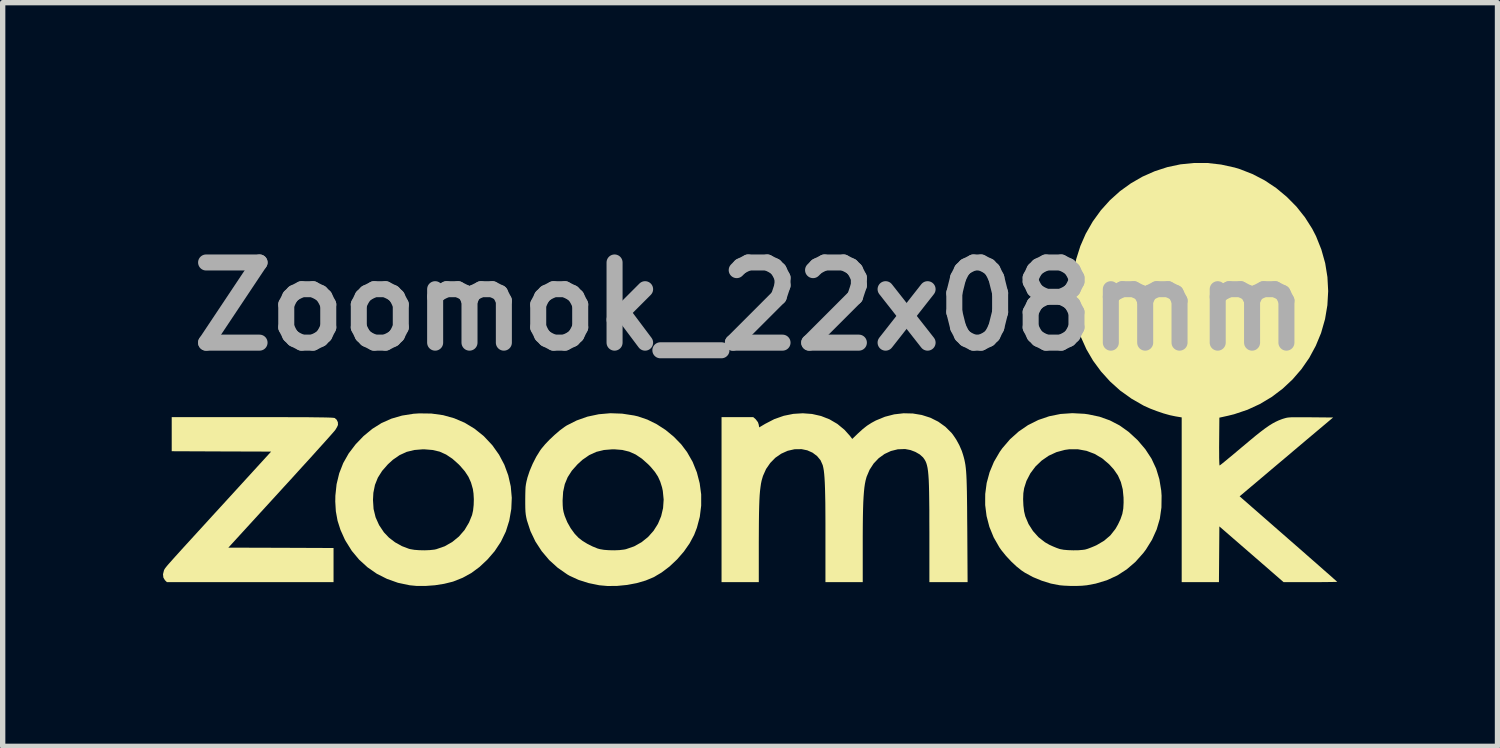
<source format=kicad_pcb>
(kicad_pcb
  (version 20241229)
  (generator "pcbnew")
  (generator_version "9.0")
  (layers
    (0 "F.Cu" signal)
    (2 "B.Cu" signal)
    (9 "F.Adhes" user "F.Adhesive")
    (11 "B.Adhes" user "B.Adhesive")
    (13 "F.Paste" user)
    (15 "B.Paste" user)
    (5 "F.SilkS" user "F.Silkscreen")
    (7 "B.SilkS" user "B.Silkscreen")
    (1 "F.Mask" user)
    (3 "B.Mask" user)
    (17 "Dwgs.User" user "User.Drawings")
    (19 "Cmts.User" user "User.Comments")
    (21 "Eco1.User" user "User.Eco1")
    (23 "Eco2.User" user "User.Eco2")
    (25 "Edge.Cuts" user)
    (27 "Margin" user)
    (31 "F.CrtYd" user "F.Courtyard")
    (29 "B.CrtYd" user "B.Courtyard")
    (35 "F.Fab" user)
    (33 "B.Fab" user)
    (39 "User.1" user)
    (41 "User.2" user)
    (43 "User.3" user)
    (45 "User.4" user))
  (footprint "Zoomok_22x08mm"
    (layer "F.Cu")
    (at 10.985 3.953)
    (property "Reference" "Zoomok_22x08mm" (at 0 -1.27 0) (layer "F.Fab") (effects (font (size 1.5 1.5) (thickness 0.3))))
    (attr board_only exclude_from_pos_files exclude_from_bom)
    (fp_poly (pts (xy -9.048 0.802) (xy -8.809 0.802) (xy -8.597 0.803) (xy -8.412 0.803) (xy -8.253 0.804) (xy -8.118 0.806) (xy -8.007 0.807) (xy -7.919 0.809) (xy -7.852 0.811) (xy -7.806 0.814) (xy -7.78 0.817) (xy -7.773 0.818) (xy -7.736 0.85) (xy -7.713 0.897) (xy -7.711 0.946) (xy -7.713 0.953) (xy -7.728 0.986) (xy -7.753 1.029) (xy -7.765 1.047) (xy -7.781 1.066) (xy -7.815 1.105) (xy -7.867 1.164) (xy -7.934 1.239) (xy -8.016 1.33) (xy -8.11 1.434) (xy -8.216 1.552) (xy -8.332 1.679) (xy -8.457 1.816) (xy -8.588 1.961) (xy -8.726 2.111) (xy -8.784 2.175) (xy -9.762 3.244) (xy -8.778 3.247) (xy -7.794 3.251) (xy -7.794 3.57) (xy -7.794 3.889) (xy -9.353 3.889) (xy -10.913 3.889) (xy -10.949 3.853) (xy -10.978 3.804) (xy -10.985 3.742) (xy -10.968 3.673) (xy -10.963 3.66) (xy -10.959 3.652) (xy -10.954 3.644) (xy -10.948 3.634) (xy -10.938 3.621) (xy -10.925 3.604) (xy -10.907 3.582) (xy -10.883 3.554) (xy -10.851 3.518) (xy -10.811 3.473) (xy -10.762 3.418) (xy -10.702 3.352) (xy -10.631 3.273) (xy -10.546 3.18) (xy -10.448 3.073) (xy -10.335 2.949) (xy -10.206 2.808) (xy -10.06 2.648) (xy -9.896 2.469) (xy -9.777 2.339) (xy -8.962 1.447) (xy -9.892 1.444) (xy -10.822 1.44) (xy -10.822 1.121) (xy -10.822 0.802) (xy -9.316 0.802)) (stroke (width 0) (type solid)) (fill yes) (layer "F.SilkS"))
    (fp_poly (pts (xy -5.963 0.735) (xy -5.745 0.765) (xy -5.537 0.823) (xy -5.34 0.907) (xy -5.157 1.018) (xy -4.987 1.154) (xy -4.973 1.168) (xy -4.823 1.328) (xy -4.698 1.504) (xy -4.598 1.693) (xy -4.525 1.892) (xy -4.478 2.098) (xy -4.459 2.311) (xy -4.468 2.521) (xy -4.506 2.738) (xy -4.57 2.942) (xy -4.662 3.133) (xy -4.78 3.311) (xy -4.912 3.464) (xy -5.062 3.605) (xy -5.216 3.719) (xy -5.378 3.808) (xy -5.551 3.877) (xy -5.567 3.882) (xy -5.725 3.921) (xy -5.897 3.948) (xy -6.074 3.961) (xy -6.245 3.96) (xy -6.37 3.948) (xy -6.588 3.902) (xy -6.793 3.829) (xy -6.984 3.733) (xy -7.158 3.612) (xy -7.315 3.469) (xy -7.452 3.305) (xy -7.567 3.121) (xy -7.585 3.088) (xy -7.664 2.912) (xy -7.719 2.74) (xy -7.751 2.564) (xy -7.762 2.376) (xy -7.761 2.353) (xy -7.056 2.353) (xy -7.045 2.521) (xy -7.007 2.677) (xy -6.942 2.822) (xy -6.851 2.958) (xy -6.757 3.057) (xy -6.642 3.145) (xy -6.514 3.216) (xy -6.382 3.266) (xy -6.358 3.272) (xy -6.282 3.285) (xy -6.189 3.292) (xy -6.088 3.294) (xy -5.991 3.29) (xy -5.907 3.281) (xy -5.871 3.273) (xy -5.715 3.219) (xy -5.574 3.139) (xy -5.449 3.037) (xy -5.343 2.915) (xy -5.259 2.774) (xy -5.202 2.634) (xy -5.183 2.549) (xy -5.172 2.446) (xy -5.169 2.337) (xy -5.175 2.231) (xy -5.187 2.147) (xy -5.222 2.025) (xy -5.27 1.918) (xy -5.337 1.816) (xy -5.425 1.714) (xy -5.454 1.684) (xy -5.571 1.58) (xy -5.688 1.502) (xy -5.808 1.448) (xy -5.939 1.417) (xy -6.086 1.405) (xy -6.124 1.404) (xy -6.282 1.417) (xy -6.425 1.452) (xy -6.558 1.513) (xy -6.684 1.6) (xy -6.777 1.685) (xy -6.885 1.808) (xy -6.965 1.935) (xy -7.019 2.07) (xy -7.049 2.219) (xy -7.056 2.353) (xy -7.761 2.353) (xy -7.76 2.273) (xy -7.737 2.057) (xy -7.688 1.854) (xy -7.613 1.662) (xy -7.511 1.482) (xy -7.38 1.31) (xy -7.234 1.158) (xy -7.071 1.023) (xy -6.898 0.914) (xy -6.712 0.831) (xy -6.512 0.773) (xy -6.297 0.739) (xy -6.19 0.732)) (stroke (width 0) (type solid)) (fill yes) (layer "F.SilkS"))
    (fp_poly (pts (xy 6.258 0.74) (xy 6.329 0.75) (xy 6.538 0.794) (xy 6.732 0.863) (xy 6.913 0.957) (xy 7.083 1.078) (xy 7.245 1.227) (xy 7.253 1.235) (xy 7.396 1.403) (xy 7.511 1.579) (xy 7.598 1.765) (xy 7.658 1.963) (xy 7.693 2.175) (xy 7.7 2.272) (xy 7.697 2.493) (xy 7.667 2.703) (xy 7.608 2.903) (xy 7.521 3.096) (xy 7.406 3.281) (xy 7.356 3.347) (xy 7.21 3.511) (xy 7.048 3.65) (xy 6.87 3.765) (xy 6.676 3.854) (xy 6.467 3.917) (xy 6.302 3.948) (xy 6.209 3.957) (xy 6.099 3.961) (xy 5.982 3.96) (xy 5.872 3.955) (xy 5.794 3.948) (xy 5.628 3.916) (xy 5.458 3.863) (xy 5.293 3.795) (xy 5.142 3.713) (xy 5.079 3.671) (xy 4.985 3.596) (xy 4.885 3.502) (xy 4.789 3.399) (xy 4.704 3.294) (xy 4.665 3.239) (xy 4.558 3.052) (xy 4.478 2.856) (xy 4.425 2.653) (xy 4.399 2.447) (xy 4.399 2.338) (xy 5.109 2.338) (xy 5.114 2.455) (xy 5.127 2.565) (xy 5.149 2.657) (xy 5.21 2.802) (xy 5.294 2.934) (xy 5.397 3.049) (xy 5.517 3.143) (xy 5.601 3.191) (xy 5.667 3.221) (xy 5.735 3.249) (xy 5.792 3.269) (xy 5.804 3.272) (xy 5.869 3.284) (xy 5.953 3.291) (xy 6.047 3.294) (xy 6.14 3.293) (xy 6.223 3.286) (xy 6.268 3.28) (xy 6.316 3.266) (xy 6.38 3.242) (xy 6.45 3.213) (xy 6.485 3.197) (xy 6.624 3.115) (xy 6.741 3.015) (xy 6.837 2.893) (xy 6.884 2.811) (xy 6.932 2.709) (xy 6.965 2.613) (xy 6.983 2.514) (xy 6.989 2.403) (xy 6.988 2.308) (xy 6.973 2.153) (xy 6.938 2.017) (xy 6.883 1.893) (xy 6.803 1.777) (xy 6.718 1.684) (xy 6.589 1.574) (xy 6.447 1.49) (xy 6.296 1.433) (xy 6.138 1.404) (xy 5.975 1.403) (xy 5.889 1.415) (xy 5.733 1.457) (xy 5.588 1.524) (xy 5.456 1.615) (xy 5.34 1.726) (xy 5.245 1.853) (xy 5.171 1.996) (xy 5.128 2.131) (xy 5.113 2.226) (xy 5.109 2.338) (xy 4.399 2.338) (xy 4.4 2.239) (xy 4.427 2.034) (xy 4.482 1.832) (xy 4.563 1.638) (xy 4.671 1.453) (xy 4.719 1.385) (xy 4.864 1.216) (xy 5.026 1.071) (xy 5.203 0.95) (xy 5.394 0.855) (xy 5.596 0.786) (xy 5.809 0.743) (xy 6.03 0.728)) (stroke (width 0) (type solid)) (fill yes) (layer "F.SilkS"))
    (fp_poly (pts (xy -2.393 0.737) (xy -2.172 0.771) (xy -2.098 0.788) (xy -1.922 0.848) (xy -1.748 0.934) (xy -1.581 1.042) (xy -1.426 1.17) (xy -1.288 1.312) (xy -1.18 1.455) (xy -1.075 1.639) (xy -0.996 1.835) (xy -0.943 2.039) (xy -0.915 2.248) (xy -0.915 2.459) (xy -0.941 2.668) (xy -0.995 2.872) (xy -1.047 3.006) (xy -1.131 3.163) (xy -1.239 3.318) (xy -1.366 3.464) (xy -1.507 3.597) (xy -1.658 3.711) (xy -1.804 3.797) (xy -1.953 3.859) (xy -2.121 3.908) (xy -2.301 3.942) (xy -2.486 3.96) (xy -2.667 3.962) (xy -2.822 3.948) (xy -3.022 3.907) (xy -3.208 3.848) (xy -3.376 3.771) (xy -3.421 3.745) (xy -3.599 3.621) (xy -3.759 3.476) (xy -3.899 3.31) (xy -4.017 3.129) (xy -4.11 2.934) (xy -4.176 2.732) (xy -4.188 2.678) (xy -4.197 2.627) (xy -4.203 2.57) (xy -4.206 2.502) (xy -4.207 2.416) (xy -4.207 2.36) (xy -3.508 2.36) (xy -3.508 2.368) (xy -3.506 2.452) (xy -3.501 2.518) (xy -3.49 2.577) (xy -3.472 2.64) (xy -3.468 2.652) (xy -3.421 2.767) (xy -3.357 2.881) (xy -3.282 2.984) (xy -3.21 3.06) (xy -3.136 3.117) (xy -3.045 3.173) (xy -2.947 3.222) (xy -2.854 3.26) (xy -2.811 3.272) (xy -2.735 3.285) (xy -2.641 3.292) (xy -2.54 3.294) (xy -2.443 3.29) (xy -2.358 3.28) (xy -2.323 3.273) (xy -2.169 3.22) (xy -2.03 3.142) (xy -1.909 3.045) (xy -1.806 2.929) (xy -1.724 2.799) (xy -1.664 2.656) (xy -1.628 2.504) (xy -1.617 2.345) (xy -1.633 2.183) (xy -1.647 2.117) (xy -1.681 2.009) (xy -1.723 1.916) (xy -1.78 1.828) (xy -1.855 1.738) (xy -1.907 1.684) (xy -2.024 1.58) (xy -2.14 1.502) (xy -2.261 1.448) (xy -2.392 1.416) (xy -2.54 1.404) (xy -2.576 1.404) (xy -2.734 1.417) (xy -2.877 1.452) (xy -3.01 1.513) (xy -3.136 1.6) (xy -3.229 1.685) (xy -3.335 1.804) (xy -3.413 1.926) (xy -3.467 2.056) (xy -3.498 2.199) (xy -3.508 2.36) (xy -4.207 2.36) (xy -4.207 2.346) (xy -4.206 2.247) (xy -4.204 2.171) (xy -4.201 2.11) (xy -4.194 2.058) (xy -4.184 2.007) (xy -4.17 1.951) (xy -4.167 1.937) (xy -4.125 1.81) (xy -4.068 1.675) (xy -4.002 1.545) (xy -3.93 1.429) (xy -3.905 1.394) (xy -3.835 1.31) (xy -3.75 1.221) (xy -3.656 1.133) (xy -3.562 1.052) (xy -3.473 0.986) (xy -3.432 0.959) (xy -3.244 0.864) (xy -3.043 0.793) (xy -2.831 0.748) (xy -2.614 0.729)) (stroke (width 0) (type solid)) (fill yes) (layer "F.SilkS"))
    (fp_poly (pts (xy 1.16 0.743) (xy 1.328 0.781) (xy 1.486 0.843) (xy 1.633 0.929) (xy 1.765 1.038) (xy 1.866 1.15) (xy 1.912 1.21) (xy 2.021 1.105) (xy 2.109 1.025) (xy 2.189 0.962) (xy 2.272 0.909) (xy 2.353 0.865) (xy 2.523 0.795) (xy 2.697 0.75) (xy 2.872 0.73) (xy 3.045 0.734) (xy 3.213 0.762) (xy 3.373 0.813) (xy 3.521 0.887) (xy 3.655 0.983) (xy 3.772 1.1) (xy 3.796 1.131) (xy 3.857 1.221) (xy 3.915 1.327) (xy 3.962 1.435) (xy 3.984 1.503) (xy 3.998 1.551) (xy 4.01 1.598) (xy 4.02 1.646) (xy 4.029 1.696) (xy 4.036 1.752) (xy 4.042 1.815) (xy 4.047 1.889) (xy 4.051 1.975) (xy 4.054 2.077) (xy 4.057 2.196) (xy 4.059 2.335) (xy 4.061 2.497) (xy 4.062 2.684) (xy 4.064 2.884) (xy 4.07 3.889) (xy 3.713 3.889) (xy 3.355 3.889) (xy 3.355 2.958) (xy 3.354 2.733) (xy 3.354 2.536) (xy 3.352 2.364) (xy 3.35 2.216) (xy 3.347 2.089) (xy 3.343 1.982) (xy 3.337 1.891) (xy 3.33 1.816) (xy 3.321 1.754) (xy 3.31 1.703) (xy 3.297 1.66) (xy 3.282 1.625) (xy 3.264 1.594) (xy 3.244 1.566) (xy 3.236 1.555) (xy 3.175 1.5) (xy 3.093 1.453) (xy 3.001 1.418) (xy 2.906 1.4) (xy 2.898 1.399) (xy 2.764 1.404) (xy 2.635 1.436) (xy 2.515 1.492) (xy 2.406 1.571) (xy 2.312 1.67) (xy 2.236 1.787) (xy 2.18 1.919) (xy 2.161 1.989) (xy 2.149 2.049) (xy 2.139 2.117) (xy 2.131 2.195) (xy 2.124 2.288) (xy 2.118 2.396) (xy 2.114 2.522) (xy 2.111 2.669) (xy 2.109 2.84) (xy 2.108 3.036) (xy 2.108 3.166) (xy 2.108 3.889) (xy 1.759 3.889) (xy 1.41 3.889) (xy 1.41 2.995) (xy 1.41 2.772) (xy 1.409 2.577) (xy 1.408 2.408) (xy 1.405 2.261) (xy 1.402 2.136) (xy 1.398 2.03) (xy 1.393 1.941) (xy 1.387 1.866) (xy 1.38 1.804) (xy 1.371 1.752) (xy 1.361 1.708) (xy 1.358 1.698) (xy 1.318 1.608) (xy 1.253 1.53) (xy 1.169 1.467) (xy 1.07 1.423) (xy 0.964 1.401) (xy 0.831 1.403) (xy 0.703 1.432) (xy 0.583 1.486) (xy 0.473 1.562) (xy 0.378 1.659) (xy 0.299 1.773) (xy 0.241 1.903) (xy 0.216 1.989) (xy 0.204 2.047) (xy 0.195 2.11) (xy 0.186 2.183) (xy 0.179 2.267) (xy 0.174 2.364) (xy 0.17 2.479) (xy 0.167 2.613) (xy 0.165 2.768) (xy 0.164 2.949) (xy 0.163 3.151) (xy 0.163 3.889) (xy -0.186 3.889) (xy -0.534 3.889) (xy -0.534 2.346) (xy -0.534 0.802) (xy -0.238 0.802) (xy 0.059 0.802) (xy 0.106 0.843) (xy 0.147 0.897) (xy 0.161 0.939) (xy 0.171 0.994) (xy 0.282 0.928) (xy 0.454 0.839) (xy 0.631 0.777) (xy 0.809 0.741) (xy 0.987 0.73)) (stroke (width 0) (type solid)) (fill yes) (layer "F.SilkS"))
    (fp_poly (pts (xy 8.558 -3.953) (xy 8.813 -3.924) (xy 9.068 -3.868) (xy 9.169 -3.837) (xy 9.406 -3.744) (xy 9.632 -3.626) (xy 9.846 -3.483) (xy 10.043 -3.319) (xy 10.223 -3.137) (xy 10.382 -2.937) (xy 10.518 -2.723) (xy 10.59 -2.583) (xy 10.689 -2.335) (xy 10.761 -2.079) (xy 10.803 -1.819) (xy 10.817 -1.556) (xy 10.802 -1.292) (xy 10.758 -1.03) (xy 10.756 -1.024) (xy 10.684 -0.772) (xy 10.585 -0.533) (xy 10.463 -0.307) (xy 10.317 -0.096) (xy 10.15 0.097) (xy 9.964 0.271) (xy 9.76 0.425) (xy 9.539 0.557) (xy 9.305 0.665) (xy 9.057 0.748) (xy 8.944 0.776) (xy 8.781 0.812) (xy 8.777 1.26) (xy 8.776 1.371) (xy 8.777 1.473) (xy 8.777 1.561) (xy 8.779 1.631) (xy 8.781 1.681) (xy 8.784 1.705) (xy 8.785 1.707) (xy 8.799 1.698) (xy 8.832 1.672) (xy 8.884 1.63) (xy 8.949 1.576) (xy 9.028 1.511) (xy 9.116 1.437) (xy 9.211 1.357) (xy 9.214 1.355) (xy 9.345 1.245) (xy 9.457 1.152) (xy 9.553 1.076) (xy 9.635 1.014) (xy 9.708 0.963) (xy 9.772 0.923) (xy 9.833 0.89) (xy 9.891 0.863) (xy 9.951 0.84) (xy 9.959 0.837) (xy 9.991 0.827) (xy 10.019 0.819) (xy 10.049 0.812) (xy 10.084 0.808) (xy 10.128 0.805) (xy 10.186 0.804) (xy 10.261 0.804) (xy 10.358 0.804) (xy 10.48 0.805) (xy 10.486 0.805) (xy 10.909 0.809) (xy 10.424 1.217) (xy 10.301 1.321) (xy 10.167 1.434) (xy 10.029 1.551) (xy 9.891 1.667) (xy 9.759 1.778) (xy 9.64 1.879) (xy 9.55 1.955) (xy 9.16 2.284) (xy 10.072 3.081) (xy 10.213 3.204) (xy 10.347 3.321) (xy 10.473 3.432) (xy 10.589 3.533) (xy 10.693 3.625) (xy 10.784 3.705) (xy 10.861 3.772) (xy 10.92 3.825) (xy 10.961 3.861) (xy 10.983 3.881) (xy 10.985 3.884) (xy 10.971 3.885) (xy 10.931 3.886) (xy 10.867 3.887) (xy 10.784 3.888) (xy 10.685 3.889) (xy 10.574 3.889) (xy 10.484 3.889) (xy 9.982 3.889) (xy 9.382 3.368) (xy 8.781 2.847) (xy 8.777 3.368) (xy 8.773 3.889) (xy 8.424 3.889) (xy 8.076 3.889) (xy 8.076 2.348) (xy 8.076 0.807) (xy 7.961 0.788) (xy 7.856 0.766) (xy 7.735 0.732) (xy 7.609 0.689) (xy 7.486 0.642) (xy 7.377 0.593) (xy 7.366 0.588) (xy 7.136 0.456) (xy 6.925 0.305) (xy 6.735 0.134) (xy 6.566 -0.053) (xy 6.418 -0.254) (xy 6.293 -0.468) (xy 6.192 -0.693) (xy 6.114 -0.926) (xy 6.06 -1.166) (xy 6.031 -1.412) (xy 6.029 -1.66) (xy 6.052 -1.909) (xy 6.103 -2.157) (xy 6.181 -2.402) (xy 6.28 -2.628) (xy 6.411 -2.857) (xy 6.563 -3.067) (xy 6.734 -3.257) (xy 6.922 -3.426) (xy 7.126 -3.573) (xy 7.343 -3.698) (xy 7.571 -3.799) (xy 7.808 -3.876) (xy 8.053 -3.928) (xy 8.304 -3.953)) (stroke (width 0) (type solid)) (fill yes) (layer "F.SilkS")))
  (gr_rect
    (start -3 -3)
    (end 24.97 10.915)
    (stroke (width 0.1) (type default))
    (fill no)
    (layer "Edge.Cuts")))
</source>
